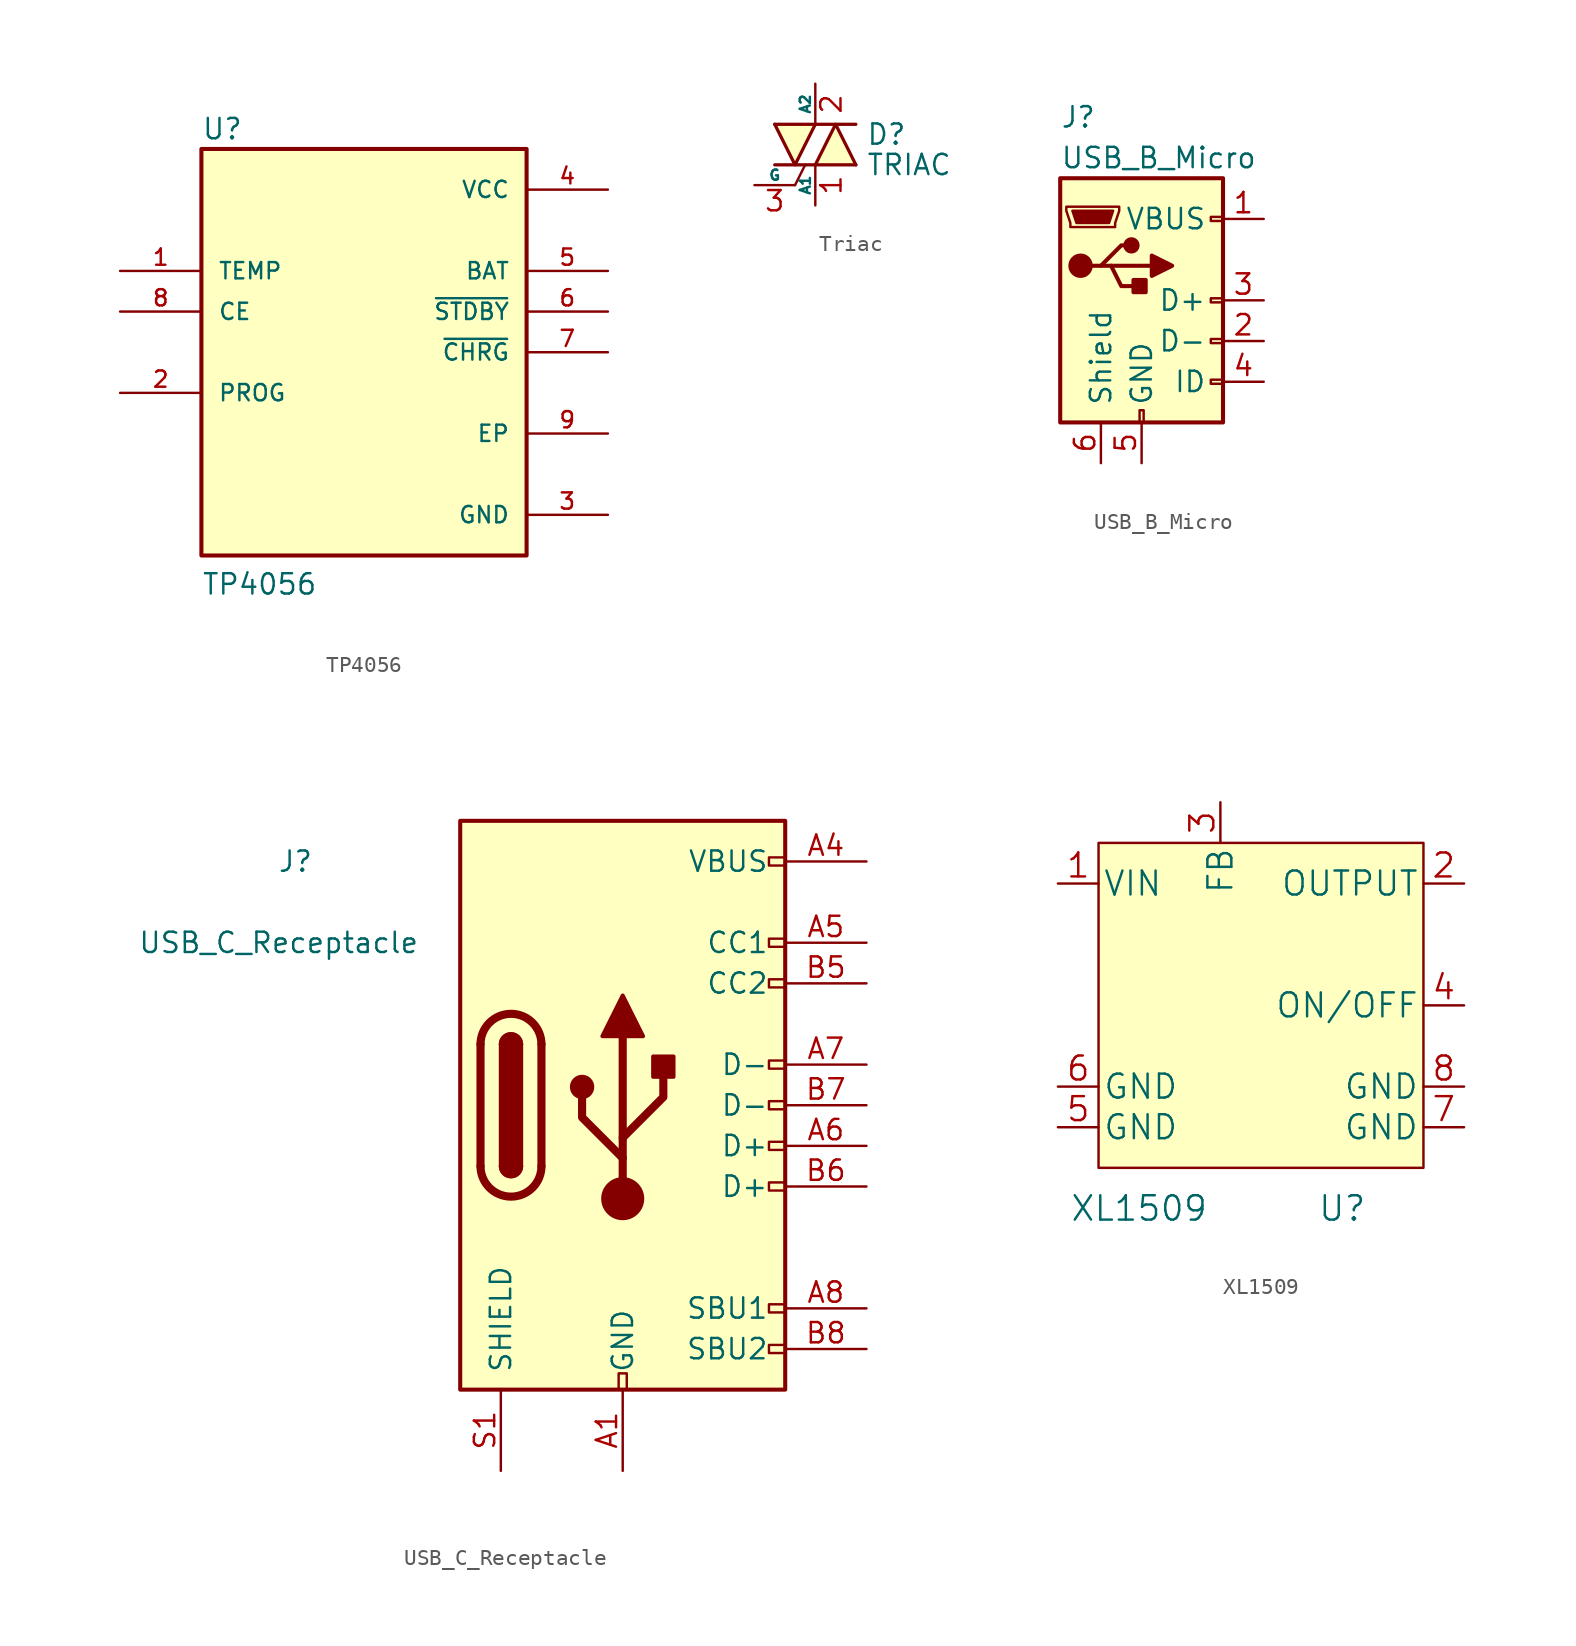
<source format=kicad_sym>
(kicad_symbol_lib
  (version 20220914)
  (generator kicad_symbol_editor)
  (symbol "TP4056"
    (pin_names
      (offset 1.016))
    (property "Reference" "U"
      (at -10.16 13.208 0)
      (effects (font (size 1.27 1.27)) (justify left bottom)))
    (property "Value" "TP4056"
      (at -10.16 -15.24 0)
      (effects (font (size 1.27 1.27)) (justify left bottom)))
    (symbol "TP4056_0_0"
      (rectangle (start -10.16 -12.7) (end 10.16 12.7) (stroke (width 0.254) (type default)) (fill (type background)))
      (pin input line (at -15.24 5.08 0) (length 5.08) (name "TEMP" (effects (font (size 1.016 1.016)))) (number "1" (effects (font (size 1.016 1.016)))))
      (pin bidirectional line (at -15.24 -2.54 0) (length 5.08) (name "PROG" (effects (font (size 1.016 1.016)))) (number "2" (effects (font (size 1.016 1.016)))))
      (pin power_in line (at 15.24 -10.16 180) (length 5.08) (name "GND" (effects (font (size 1.016 1.016)))) (number "3" (effects (font (size 1.016 1.016)))))
      (pin power_in line (at 15.24 10.16 180) (length 5.08) (name "VCC" (effects (font (size 1.016 1.016)))) (number "4" (effects (font (size 1.016 1.016)))))
      (pin output line (at 15.24 5.08 180) (length 5.08) (name "BAT" (effects (font (size 1.016 1.016)))) (number "5" (effects (font (size 1.016 1.016)))))
      (pin output line (at 15.24 2.54 180) (length 5.08) (name "~{STDBY}" (effects (font (size 1.016 1.016)))) (number "6" (effects (font (size 1.016 1.016)))))
      (pin output line (at 15.24 0 180) (length 5.08) (name "~{CHRG}" (effects (font (size 1.016 1.016)))) (number "7" (effects (font (size 1.016 1.016)))))
      (pin input line (at -15.24 2.54 0) (length 5.08) (name "CE" (effects (font (size 1.016 1.016)))) (number "8" (effects (font (size 1.016 1.016)))))
      (pin passive line (at 15.24 -5.08 180) (length 5.08) (name "EP" (effects (font (size 1.016 1.016)))) (number "9" (effects (font (size 1.016 1.016)))))))
  (symbol "Triac"
    (pin_names
      (offset 0))
    (property "Reference" "D"
      (at 3.175 0.635 0)
      (effects (font (size 1.27 1.27)) (justify left)))
    (property "Value" "TRIAC"
      (at 3.175 -1.27 0)
      (effects (font (size 1.27 1.27)) (justify left)))
    (symbol "Triac_0_1"
      (polyline (pts (xy -2.54 -1.27) (xy 2.54 -1.27)) (stroke (width 0.203) (type default)) (fill (type none)))
      (polyline (pts (xy -2.54 1.27) (xy 2.54 1.27)) (stroke (width 0.203) (type default)) (fill (type none)))
      (polyline (pts (xy -1.27 -2.54) (xy -0.635 -1.27)) (stroke (width 0) (type default)) (fill (type none))))
    (symbol "Triac_1_1"
      (polyline (pts (xy -2.54 1.27) (xy -1.27 -1.27) (xy 0 1.27)) (stroke (width 0.203) (type default)) (fill (type background)))
      (polyline (pts (xy 0 -1.27) (xy 1.27 1.27) (xy 2.54 -1.27)) (stroke (width 0.203) (type default)) (fill (type background)))
      (pin passive line (at 0 -3.81 90) (length 2.54) (name "A1" (effects (font (size 0.635 0.635)))) (number "1" (effects (font (size 1.27 1.27)))))
      (pin passive line (at 0 3.81 270) (length 2.54) (name "A2" (effects (font (size 0.635 0.635)))) (number "2" (effects (font (size 1.27 1.27)))))
      (pin input line (at -3.81 -2.54 0) (length 2.54) (name "G" (effects (font (size 0.635 0.635)))) (number "3" (effects (font (size 1.27 1.27)))))))
  (symbol "USB_B_Micro"
    (pin_names
      (offset 1.016))
    (property "Reference" "J"
      (at -5.08 11.43 0)
      (effects (font (size 1.27 1.27)) (justify left)))
    (property "Value" "USB_B_Micro"
      (at -5.08 8.89 0)
      (effects (font (size 1.27 1.27)) (justify left)))
    (symbol "USB_B_Micro_0_1"
      (rectangle (start -5.08 -7.62) (end 5.08 7.62) (stroke (width 0.254) (type default)) (fill (type background)))
      (circle (center -3.81 2.159) (radius 0.635) (stroke (width 0.254) (type default)) (fill (type outline)))
      (circle (center -0.635 3.429) (radius 0.381) (stroke (width 0.254) (type default)) (fill (type outline)))
      (rectangle (start -0.127 -7.62) (end 0.127 -6.858) (stroke (width 0) (type default)) (fill (type none)))
      (polyline (pts (xy -1.905 2.159) (xy 0.635 2.159)) (stroke (width 0.254) (type default)) (fill (type none)))
      (polyline (pts (xy -3.175 2.159) (xy -2.54 2.159) (xy -1.27 3.429) (xy -0.635 3.429)) (stroke (width 0.254) (type default)) (fill (type none)))
      (polyline (pts (xy -2.54 2.159) (xy -1.905 2.159) (xy -1.27 0.889) (xy 0 0.889)) (stroke (width 0.254) (type default)) (fill (type none)))
      (polyline (pts (xy 0.635 2.794) (xy 0.635 1.524) (xy 1.905 2.159) (xy 0.635 2.794)) (stroke (width 0.254) (type default)) (fill (type outline)))
      (polyline (pts (xy -4.318 5.588) (xy -1.778 5.588) (xy -2.032 4.826) (xy -4.064 4.826) (xy -4.318 5.588)) (stroke (width 0) (type default)) (fill (type outline)))
      (polyline (pts (xy -4.699 5.842) (xy -4.699 5.588) (xy -4.445 4.826) (xy -4.445 4.572) (xy -1.651 4.572) (xy -1.651 4.826) (xy -1.397 5.588) (xy -1.397 5.842) (xy -4.699 5.842)) (stroke (width 0) (type default)) (fill (type none)))
      (rectangle (start 0.254 1.27) (end -0.508 0.508) (stroke (width 0.254) (type default)) (fill (type outline)))
      (rectangle (start 5.08 -5.207) (end 4.318 -4.953) (stroke (width 0) (type default)) (fill (type none)))
      (rectangle (start 5.08 -2.667) (end 4.318 -2.413) (stroke (width 0) (type default)) (fill (type none)))
      (rectangle (start 5.08 -0.127) (end 4.318 0.127) (stroke (width 0) (type default)) (fill (type none)))
      (rectangle (start 5.08 4.953) (end 4.318 5.207) (stroke (width 0) (type default)) (fill (type none))))
    (symbol "USB_B_Micro_1_1"
      (pin power_out line (at 7.62 5.08 180) (length 2.54) (name "VBUS" (effects (font (size 1.27 1.27)))) (number "1" (effects (font (size 1.27 1.27)))))
      (pin bidirectional line (at 7.62 -2.54 180) (length 2.54) (name "D-" (effects (font (size 1.27 1.27)))) (number "2" (effects (font (size 1.27 1.27)))))
      (pin bidirectional line (at 7.62 0 180) (length 2.54) (name "D+" (effects (font (size 1.27 1.27)))) (number "3" (effects (font (size 1.27 1.27)))))
      (pin passive line (at 7.62 -5.08 180) (length 2.54) (name "ID" (effects (font (size 1.27 1.27)))) (number "4" (effects (font (size 1.27 1.27)))))
      (pin power_out line (at 0 -10.16 90) (length 2.54) (name "GND" (effects (font (size 1.27 1.27)))) (number "5" (effects (font (size 1.27 1.27)))))
      (pin passive line (at -2.54 -10.16 90) (length 2.54) (name "Shield" (effects (font (size 1.27 1.27)))) (number "6" (effects (font (size 1.27 1.27)))))))
  (symbol "USB_C_Receptacle"
    (pin_names
      (offset 1.016))
    (property "Reference" "J"
      (at -21.59 15.24 0)
      (effects (font (size 1.27 1.27)) (justify left)))
    (property "Value" "USB_C_Receptacle"
      (at -12.7 10.16 0)
      (effects (font (size 1.27 1.27)) (justify right)))
    (symbol "USB_C_Receptacle_0_0"
      (rectangle (start -0.254 -17.78) (end 0.254 -16.764) (stroke (width 0) (type default)) (fill (type none)))
      (rectangle (start 10.16 -14.986) (end 9.144 -15.494) (stroke (width 0) (type default)) (fill (type none)))
      (rectangle (start 10.16 -12.446) (end 9.144 -12.954) (stroke (width 0) (type default)) (fill (type none)))
      (rectangle (start 10.16 -4.826) (end 9.144 -5.334) (stroke (width 0) (type default)) (fill (type none)))
      (rectangle (start 10.16 -2.286) (end 9.144 -2.794) (stroke (width 0) (type default)) (fill (type none)))
      (rectangle (start 10.16 0.254) (end 9.144 -0.254) (stroke (width 0) (type default)) (fill (type none)))
      (rectangle (start 10.16 2.794) (end 9.144 2.286) (stroke (width 0) (type default)) (fill (type none)))
      (rectangle (start 10.16 7.874) (end 9.144 7.366) (stroke (width 0) (type default)) (fill (type none)))
      (rectangle (start 10.16 10.414) (end 9.144 9.906) (stroke (width 0) (type default)) (fill (type none)))
      (rectangle (start 10.16 15.494) (end 9.144 14.986) (stroke (width 0) (type default)) (fill (type none))))
    (symbol "USB_C_Receptacle_0_1"
      (rectangle (start -10.16 17.78) (end 10.16 -17.78) (stroke (width 0.254) (type default)) (fill (type background)))
      (arc (start -8.89 -3.81) (mid -6.985 -5.7067) (end -5.08 -3.81) (stroke (width 0.508) (type default)) (fill (type none)))
      (arc (start -7.62 -3.81) (mid -6.985 -4.4423) (end -6.35 -3.81) (stroke (width 0.254) (type default)) (fill (type none)))
      (arc (start -7.62 -3.81) (mid -6.985 -4.4423) (end -6.35 -3.81) (stroke (width 0.254) (type default)) (fill (type outline)))
      (rectangle (start -7.62 -3.81) (end -6.35 3.81) (stroke (width 0.254) (type default)) (fill (type outline)))
      (arc (start -6.35 3.81) (mid -6.985 4.4423) (end -7.62 3.81) (stroke (width 0.254) (type default)) (fill (type none)))
      (arc (start -6.35 3.81) (mid -6.985 4.4423) (end -7.62 3.81) (stroke (width 0.254) (type default)) (fill (type outline)))
      (arc (start -5.08 3.81) (mid -6.985 5.7067) (end -8.89 3.81) (stroke (width 0.508) (type default)) (fill (type none)))
      (circle (center -2.54 1.143) (radius 0.635) (stroke (width 0.254) (type default)) (fill (type outline)))
      (circle (center 0 -5.842) (radius 1.27) (stroke (width 0) (type default)) (fill (type outline)))
      (polyline (pts (xy -8.89 -3.81) (xy -8.89 3.81)) (stroke (width 0.508) (type default)) (fill (type none)))
      (polyline (pts (xy -5.08 3.81) (xy -5.08 -3.81)) (stroke (width 0.508) (type default)) (fill (type none)))
      (polyline (pts (xy 0 -5.842) (xy 0 4.318)) (stroke (width 0.508) (type default)) (fill (type none)))
      (polyline (pts (xy 0 -3.302) (xy -2.54 -0.762) (xy -2.54 0.508)) (stroke (width 0.508) (type default)) (fill (type none)))
      (polyline (pts (xy 0 -2.032) (xy 2.54 0.508) (xy 2.54 1.778)) (stroke (width 0.508) (type default)) (fill (type none)))
      (polyline (pts (xy -1.27 4.318) (xy 0 6.858) (xy 1.27 4.318) (xy -1.27 4.318)) (stroke (width 0.254) (type default)) (fill (type outline)))
      (rectangle (start 1.905 1.778) (end 3.175 3.048) (stroke (width 0.254) (type default)) (fill (type outline))))
    (symbol "USB_C_Receptacle_1_1"
      (pin passive line (at 0 -22.86 90) (length 5.08) (name "GND" (effects (font (size 1.27 1.27)))) (number "A1" (effects (font (size 1.27 1.27)))))
      (pin passive line (at 0 -22.86 90) (length 5.08) hide (name "GND" (effects (font (size 1.27 1.27)))) (number "A12" (effects (font (size 1.27 1.27)))))
      (pin passive line (at 15.24 15.24 180) (length 5.08) (name "VBUS" (effects (font (size 1.27 1.27)))) (number "A4" (effects (font (size 1.27 1.27)))))
      (pin bidirectional line (at 15.24 10.16 180) (length 5.08) (name "CC1" (effects (font (size 1.27 1.27)))) (number "A5" (effects (font (size 1.27 1.27)))))
      (pin bidirectional line (at 15.24 -2.54 180) (length 5.08) (name "D+" (effects (font (size 1.27 1.27)))) (number "A6" (effects (font (size 1.27 1.27)))))
      (pin bidirectional line (at 15.24 2.54 180) (length 5.08) (name "D-" (effects (font (size 1.27 1.27)))) (number "A7" (effects (font (size 1.27 1.27)))))
      (pin bidirectional line (at 15.24 -12.7 180) (length 5.08) (name "SBU1" (effects (font (size 1.27 1.27)))) (number "A8" (effects (font (size 1.27 1.27)))))
      (pin passive line (at 15.24 15.24 180) (length 5.08) hide (name "VBUS" (effects (font (size 1.27 1.27)))) (number "A9" (effects (font (size 1.27 1.27)))))
      (pin passive line (at 0 -22.86 90) (length 5.08) hide (name "GND" (effects (font (size 1.27 1.27)))) (number "B1" (effects (font (size 1.27 1.27)))))
      (pin passive line (at 0 -22.86 90) (length 5.08) hide (name "GND" (effects (font (size 1.27 1.27)))) (number "B12" (effects (font (size 1.27 1.27)))))
      (pin passive line (at 15.24 15.24 180) (length 5.08) hide (name "VBUS" (effects (font (size 1.27 1.27)))) (number "B4" (effects (font (size 1.27 1.27)))))
      (pin bidirectional line (at 15.24 7.62 180) (length 5.08) (name "CC2" (effects (font (size 1.27 1.27)))) (number "B5" (effects (font (size 1.27 1.27)))))
      (pin bidirectional line (at 15.24 -5.08 180) (length 5.08) (name "D+" (effects (font (size 1.27 1.27)))) (number "B6" (effects (font (size 1.27 1.27)))))
      (pin bidirectional line (at 15.24 0 180) (length 5.08) (name "D-" (effects (font (size 1.27 1.27)))) (number "B7" (effects (font (size 1.27 1.27)))))
      (pin bidirectional line (at 15.24 -15.24 180) (length 5.08) (name "SBU2" (effects (font (size 1.27 1.27)))) (number "B8" (effects (font (size 1.27 1.27)))))
      (pin passive line (at 15.24 15.24 180) (length 5.08) hide (name "VBUS" (effects (font (size 1.27 1.27)))) (number "B9" (effects (font (size 1.27 1.27)))))
      (pin passive line (at -7.62 -22.86 90) (length 5.08) (name "SHIELD" (effects (font (size 1.27 1.27)))) (number "S1" (effects (font (size 1.27 1.27)))))))
  (symbol "XL1509"
    (pin_names
      (offset 0.254))
    (property "Reference" "U"
      (at 5.08 -12.7 0)
      (effects (font (size 1.524 1.524))))
    (property "Value" "XL1509"
      (at -7.62 -12.7 0)
      (effects (font (size 1.524 1.524))))
    (symbol "XL1509_1_1"
      (rectangle (start -10.16 10.16) (end 10.16 -10.16) (stroke (width 0) (type default)) (fill (type background)))
      (pin power_in line (at -12.7 7.62 0) (length 2.54) (name "VIN" (effects (font (size 1.499 1.499)))) (number "1" (effects (font (size 1.499 1.499)))))
      (pin output line (at 12.7 7.62 180) (length 2.54) (name "OUTPUT" (effects (font (size 1.499 1.499)))) (number "2" (effects (font (size 1.499 1.499)))))
      (pin input line (at -2.54 12.7 270) (length 2.54) (name "FB" (effects (font (size 1.499 1.499)))) (number "3" (effects (font (size 1.499 1.499)))))
      (pin input line (at 12.7 0 180) (length 2.54) (name "ON/OFF" (effects (font (size 1.499 1.499)))) (number "4" (effects (font (size 1.499 1.499)))))
      (pin power_in line (at -12.7 -7.62 0) (length 2.54) (name "GND" (effects (font (size 1.499 1.499)))) (number "5" (effects (font (size 1.499 1.499)))))
      (pin power_in line (at -12.7 -5.08 0) (length 2.54) (name "GND" (effects (font (size 1.499 1.499)))) (number "6" (effects (font (size 1.499 1.499)))))
      (pin power_in line (at 12.7 -7.62 180) (length 2.54) (name "GND" (effects (font (size 1.499 1.499)))) (number "7" (effects (font (size 1.499 1.499)))))
      (pin power_in line (at 12.7 -5.08 180) (length 2.54) (name "GND" (effects (font (size 1.499 1.499)))) (number "8" (effects (font (size 1.499 1.499))))))))
</source>
